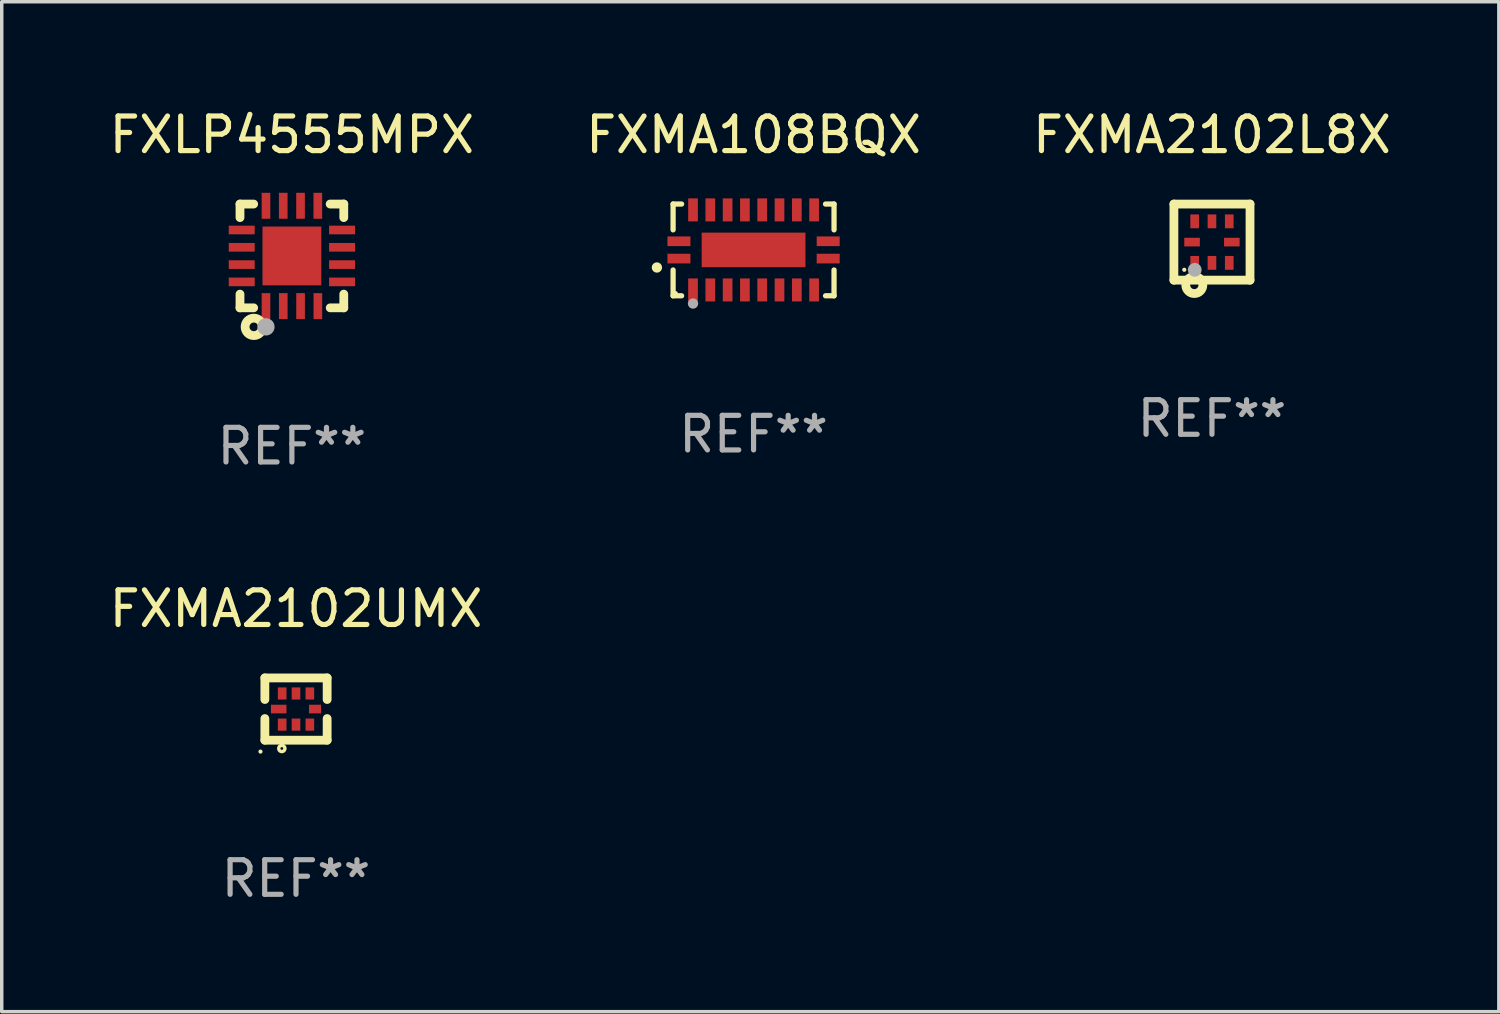
<source format=kicad_pcb>
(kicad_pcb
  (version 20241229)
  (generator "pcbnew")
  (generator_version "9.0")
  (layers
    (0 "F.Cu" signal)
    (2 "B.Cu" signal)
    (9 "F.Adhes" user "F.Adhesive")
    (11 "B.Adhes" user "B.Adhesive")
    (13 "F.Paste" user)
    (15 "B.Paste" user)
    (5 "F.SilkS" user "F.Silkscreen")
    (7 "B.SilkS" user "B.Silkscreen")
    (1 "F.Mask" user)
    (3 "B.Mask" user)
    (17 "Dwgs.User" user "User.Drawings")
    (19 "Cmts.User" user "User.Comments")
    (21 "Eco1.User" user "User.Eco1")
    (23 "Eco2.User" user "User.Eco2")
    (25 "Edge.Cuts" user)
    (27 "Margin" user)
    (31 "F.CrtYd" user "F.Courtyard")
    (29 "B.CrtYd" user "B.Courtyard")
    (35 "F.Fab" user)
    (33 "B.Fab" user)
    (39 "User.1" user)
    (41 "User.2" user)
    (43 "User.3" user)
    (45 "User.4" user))
  (footprint "FXMA108BQX"
    (layer "F.Cu")
    (at 18.732 4.174)
    (property "Reference" "FXMA108BQX" (at 0 -3.326 0) (layer "F.SilkS") (effects (font (size 1 1) (thickness 0.15))))
    (attr through_hole)
    (fp_line (start -2.326 -1.326) (end -2.08 -1.326) (stroke (width 0.152) (type solid)) (layer "F.SilkS"))
    (fp_line (start -2.326 -0.58) (end -2.326 -1.326) (stroke (width 0.152) (type solid)) (layer "F.SilkS"))
    (fp_line (start -2.326 0.58) (end -2.326 1.326) (stroke (width 0.152) (type solid)) (layer "F.SilkS"))
    (fp_line (start -2.326 1.326) (end -2.08 1.326) (stroke (width 0.152) (type solid)) (layer "F.SilkS"))
    (fp_line (start 2.326 -1.326) (end 2.08 -1.326) (stroke (width 0.152) (type solid)) (layer "F.SilkS"))
    (fp_line (start 2.326 -0.58) (end 2.326 -1.326) (stroke (width 0.152) (type solid)) (layer "F.SilkS"))
    (fp_line (start 2.326 0.58) (end 2.326 1.326) (stroke (width 0.152) (type solid)) (layer "F.SilkS"))
    (fp_line (start 2.326 1.326) (end 2.08 1.326) (stroke (width 0.152) (type solid)) (layer "F.SilkS"))
    (fp_circle (center -2.794 0.508) (end -2.719 0.508) (stroke (width 0.15) (type solid)) (fill no) (layer "F.SilkS"))
    (fp_circle (center -2.25 1.25) (end -2.22 1.25) (stroke (width 0.06) (type solid)) (fill no) (layer "F.SilkS"))
    (fp_circle (center -1.75 1.55) (end -1.675 1.55) (stroke (width 0.15) (type solid)) (fill no) (layer "F.Fab"))
    (fp_text user "REF**" (at 0 5.326 0) (layer "F.Fab") (effects (font (size 1 1) (thickness 0.15))))
    (pad "1" smd rect (at -2.157 0.25) (size 0.665 0.28) (layers "F.Cu" "F.Mask" "F.Paste"))
    (pad "2" smd rect (at -1.75 1.157) (size 0.28 0.665) (layers "F.Cu" "F.Mask" "F.Paste"))
    (pad "3" smd rect (at -1.25 1.157) (size 0.28 0.665) (layers "F.Cu" "F.Mask" "F.Paste"))
    (pad "4" smd rect (at -0.75 1.157) (size 0.28 0.665) (layers "F.Cu" "F.Mask" "F.Paste"))
    (pad "5" smd rect (at -0.25 1.157) (size 0.28 0.665) (layers "F.Cu" "F.Mask" "F.Paste"))
    (pad "6" smd rect (at 0.25 1.157) (size 0.28 0.665) (layers "F.Cu" "F.Mask" "F.Paste"))
    (pad "7" smd rect (at 0.75 1.157) (size 0.28 0.665) (layers "F.Cu" "F.Mask" "F.Paste"))
    (pad "8" smd rect (at 1.25 1.157) (size 0.28 0.665) (layers "F.Cu" "F.Mask" "F.Paste"))
    (pad "9" smd rect (at 1.75 1.157) (size 0.28 0.665) (layers "F.Cu" "F.Mask" "F.Paste"))
    (pad "10" smd rect (at 2.157 0.25) (size 0.665 0.28) (layers "F.Cu" "F.Mask" "F.Paste"))
    (pad "11" smd rect (at 2.157 -0.25) (size 0.665 0.28) (layers "F.Cu" "F.Mask" "F.Paste"))
    (pad "12" smd rect (at 1.75 -1.157) (size 0.28 0.665) (layers "F.Cu" "F.Mask" "F.Paste"))
    (pad "13" smd rect (at 1.25 -1.157) (size 0.28 0.665) (layers "F.Cu" "F.Mask" "F.Paste"))
    (pad "14" smd rect (at 0.75 -1.157) (size 0.28 0.665) (layers "F.Cu" "F.Mask" "F.Paste"))
    (pad "15" smd rect (at 0.25 -1.157) (size 0.28 0.665) (layers "F.Cu" "F.Mask" "F.Paste"))
    (pad "16" smd rect (at -0.25 -1.157) (size 0.28 0.665) (layers "F.Cu" "F.Mask" "F.Paste"))
    (pad "17" smd rect (at -0.75 -1.157) (size 0.28 0.665) (layers "F.Cu" "F.Mask" "F.Paste"))
    (pad "18" smd rect (at -1.25 -1.157) (size 0.28 0.665) (layers "F.Cu" "F.Mask" "F.Paste"))
    (pad "19" smd rect (at -1.75 -1.157) (size 0.28 0.665) (layers "F.Cu" "F.Mask" "F.Paste"))
    (pad "20" smd rect (at -2.157 -0.25) (size 0.665 0.28) (layers "F.Cu" "F.Mask" "F.Paste"))
    (pad "21" smd rect (at 0 0) (size 3 1) (layers "F.Cu" "F.Mask" "F.Paste")))
  (footprint "FXMA2102UMX"
    (layer "F.Cu")
    (at 5.506 17.445)
    (property "Reference" "FXMA2102UMX" (at 0 -2.9 0) (layer "F.SilkS") (effects (font (size 1 1) (thickness 0.15))))
    (attr through_hole)
    (fp_line (start -0.9 -0.9) (end 0.9 -0.9) (stroke (width 0.254) (type solid)) (layer "F.SilkS"))
    (fp_line (start -0.9 -0.275) (end -0.9 -0.9) (stroke (width 0.254) (type solid)) (layer "F.SilkS"))
    (fp_line (start -0.9 0.9) (end -0.9 0.275) (stroke (width 0.254) (type solid)) (layer "F.SilkS"))
    (fp_line (start 0.9 -0.9) (end 0.9 -0.275) (stroke (width 0.254) (type solid)) (layer "F.SilkS"))
    (fp_line (start 0.9 0.275) (end 0.9 0.9) (stroke (width 0.254) (type solid)) (layer "F.SilkS"))
    (fp_line (start 0.9 0.9) (end -0.9 0.9) (stroke (width 0.254) (type solid)) (layer "F.SilkS"))
    (fp_circle (center -1.027 1.23) (end -0.997 1.23) (stroke (width 0.06) (type solid)) (fill no) (layer "F.SilkS"))
    (fp_circle (center -0.41 1.14) (end -0.37 1.14) (stroke (width 0.1) (type solid)) (fill no) (layer "F.SilkS"))
    (fp_text user "REF**" (at 0 4.9 0) (layer "F.Fab") (effects (font (size 1 1) (thickness 0.15))))
    (pad "1" smd rect (at -0.5 0.000165 90) (size 0.25 0.45) (layers "F.Cu" "F.Mask" "F.Paste"))
    (pad "2" smd rect (at -0.4 0.45) (size 0.25 0.35) (layers "F.Cu" "F.Mask" "F.Paste"))
    (pad "3" smd rect (at 0.000127 0.45) (size 0.25 0.35) (layers "F.Cu" "F.Mask" "F.Paste"))
    (pad "4" smd rect (at 0.4 0.45) (size 0.25 0.35) (layers "F.Cu" "F.Mask" "F.Paste"))
    (pad "5" smd rect (at 0.55 0.000165 90) (size 0.25 0.35) (layers "F.Cu" "F.Mask" "F.Paste"))
    (pad "6" smd rect (at 0.4 -0.45) (size 0.25 0.35) (layers "F.Cu" "F.Mask" "F.Paste"))
    (pad "7" smd rect (at 0.000127 -0.45) (size 0.25 0.35) (layers "F.Cu" "F.Mask" "F.Paste"))
    (pad "8" smd rect (at -0.4 -0.45) (size 0.25 0.35) (layers "F.Cu" "F.Mask" "F.Paste")))
  (footprint "FXMA2102L8X"
    (layer "F.Cu")
    (at 31.982 3.948)
    (property "Reference" "FXMA2102L8X" (at 0 -3.1 0) (layer "F.SilkS") (effects (font (size 1 1) (thickness 0.15))))
    (attr through_hole)
    (fp_line (start -1.1 -1.1) (end 1.1 -1.1) (stroke (width 0.254) (type solid)) (layer "F.SilkS"))
    (fp_line (start -1.1 1.1) (end -1.1 -1.1) (stroke (width 0.254) (type solid)) (layer "F.SilkS"))
    (fp_line (start 1.1 -1.1) (end 1.1 1.1) (stroke (width 0.254) (type solid)) (layer "F.SilkS"))
    (fp_line (start 1.1 1.1) (end -1.1 1.1) (stroke (width 0.254) (type solid)) (layer "F.SilkS"))
    (fp_circle (center -0.8 0.8) (end -0.77 0.8) (stroke (width 0.06) (type solid)) (fill no) (layer "F.SilkS"))
    (fp_circle (center -0.51 1.24) (end -0.39 1.24) (stroke (width 0.254) (type solid)) (fill no) (layer "F.SilkS"))
    (fp_circle (center -0.498 0.802) (end -0.398 0.802) (stroke (width 0.2) (type solid)) (fill no) (layer "F.Fab"))
    (fp_text user "REF**" (at 0 5.1 0) (layer "F.Fab") (effects (font (size 1 1) (thickness 0.15))))
    (pad "1" smd rect (at -0.5 0.6) (size 0.25 0.4) (layers "F.Cu" "F.Mask" "F.Paste"))
    (pad "2" smd rect (at 0 0.6) (size 0.25 0.4) (layers "F.Cu" "F.Mask" "F.Paste"))
    (pad "3" smd rect (at 0.5 0.6) (size 0.25 0.4) (layers "F.Cu" "F.Mask" "F.Paste"))
    (pad "4" smd rect (at 0.575 0 90) (size 0.25 0.45) (layers "F.Cu" "F.Mask" "F.Paste"))
    (pad "5" smd rect (at 0.5 -0.6 180) (size 0.25 0.4) (layers "F.Cu" "F.Mask" "F.Paste"))
    (pad "6" smd rect (at 0 -0.6 180) (size 0.25 0.4) (layers "F.Cu" "F.Mask" "F.Paste"))
    (pad "7" smd rect (at -0.5 -0.6 180) (size 0.25 0.4) (layers "F.Cu" "F.Mask" "F.Paste"))
    (pad "8" smd rect (at -0.575 0 270) (size 0.25 0.45) (layers "F.Cu" "F.Mask" "F.Paste")))
  (footprint "FXLP4555MPX"
    (layer "F.Cu")
    (at 5.387 4.348)
    (property "Reference" "FXLP4555MPX" (at 0 -3.5 0) (layer "F.SilkS") (effects (font (size 1 1) (thickness 0.15))))
    (attr through_hole)
    (fp_line (start -1.5 -1.5) (end -1.5 -1.108) (stroke (width 0.254) (type solid)) (layer "F.SilkS"))
    (fp_line (start -1.5 -1.5) (end -1.105 -1.5) (stroke (width 0.254) (type solid)) (layer "F.SilkS"))
    (fp_line (start -1.5 1.104) (end -1.5 1.5) (stroke (width 0.254) (type solid)) (layer "F.SilkS"))
    (fp_line (start -1.5 1.5) (end -1.105 1.5) (stroke (width 0.254) (type solid)) (layer "F.SilkS"))
    (fp_line (start 1.106 -1.5) (end 1.5 -1.5) (stroke (width 0.254) (type solid)) (layer "F.SilkS"))
    (fp_line (start 1.108 1.5) (end 1.5 1.5) (stroke (width 0.254) (type solid)) (layer "F.SilkS"))
    (fp_line (start 1.5 -1.108) (end 1.5 -1.5) (stroke (width 0.254) (type solid)) (layer "F.SilkS"))
    (fp_line (start 1.5 1.5) (end 1.5 1.104) (stroke (width 0.254) (type solid)) (layer "F.SilkS"))
    (fp_circle (center -1.5 1.5) (end -1.47 1.5) (stroke (width 0.06) (type solid)) (fill no) (layer "F.SilkS"))
    (fp_circle (center -1.1 2.05) (end -0.975 2.05) (stroke (width 0.254) (type solid)) (fill no) (layer "F.SilkS"))
    (fp_circle (center -0.75 2.05) (end -0.625 2.05) (stroke (width 0.25) (type solid)) (fill no) (layer "F.Fab"))
    (fp_text user "REF**" (at 0 5.5 0) (layer "F.Fab") (effects (font (size 1 1) (thickness 0.15))))
    (pad "1" smd rect (at -0.749 1.45) (size 0.25 0.75) (layers "F.Cu" "F.Mask" "F.Paste"))
    (pad "2" smd rect (at -0.249 1.45) (size 0.25 0.75) (layers "F.Cu" "F.Mask" "F.Paste"))
    (pad "3" smd rect (at 0.251 1.45) (size 0.25 0.75) (layers "F.Cu" "F.Mask" "F.Paste"))
    (pad "4" smd rect (at 0.751 1.45) (size 0.25 0.75) (layers "F.Cu" "F.Mask" "F.Paste"))
    (pad "5" smd rect (at 1.45 0.75) (size 0.75 0.25) (layers "F.Cu" "F.Mask" "F.Paste"))
    (pad "6" smd rect (at 1.45 0.25) (size 0.75 0.25) (layers "F.Cu" "F.Mask" "F.Paste"))
    (pad "7" smd rect (at 1.45 -0.25) (size 0.75 0.25) (layers "F.Cu" "F.Mask" "F.Paste"))
    (pad "8" smd rect (at 1.45 -0.75) (size 0.75 0.25) (layers "F.Cu" "F.Mask" "F.Paste"))
    (pad "9" smd rect (at 0.75 -1.45) (size 0.25 0.75) (layers "F.Cu" "F.Mask" "F.Paste"))
    (pad "10" smd rect (at 0.25 -1.45) (size 0.25 0.75) (layers "F.Cu" "F.Mask" "F.Paste"))
    (pad "11" smd rect (at -0.25 -1.45) (size 0.25 0.75) (layers "F.Cu" "F.Mask" "F.Paste"))
    (pad "12" smd rect (at -0.749 -1.45) (size 0.25 0.75) (layers "F.Cu" "F.Mask" "F.Paste"))
    (pad "13" smd rect (at -1.45 -0.75) (size 0.75 0.25) (layers "F.Cu" "F.Mask" "F.Paste"))
    (pad "14" smd rect (at -1.45 -0.25) (size 0.75 0.25) (layers "F.Cu" "F.Mask" "F.Paste"))
    (pad "15" smd rect (at -1.45 0.25) (size 0.75 0.25) (layers "F.Cu" "F.Mask" "F.Paste"))
    (pad "16" smd rect (at -1.45 0.75) (size 0.75 0.25) (layers "F.Cu" "F.Mask" "F.Paste"))
    (pad "17" smd rect (at 0.000267 0.000267) (size 1.7 1.7) (layers "F.Cu" "F.Mask" "F.Paste")))
  (gr_rect
    (start -3 -3)
    (end 40.274 26.193)
    (stroke (width 0.1) (type default))
    (fill no)
    (layer "Edge.Cuts")))
</source>
